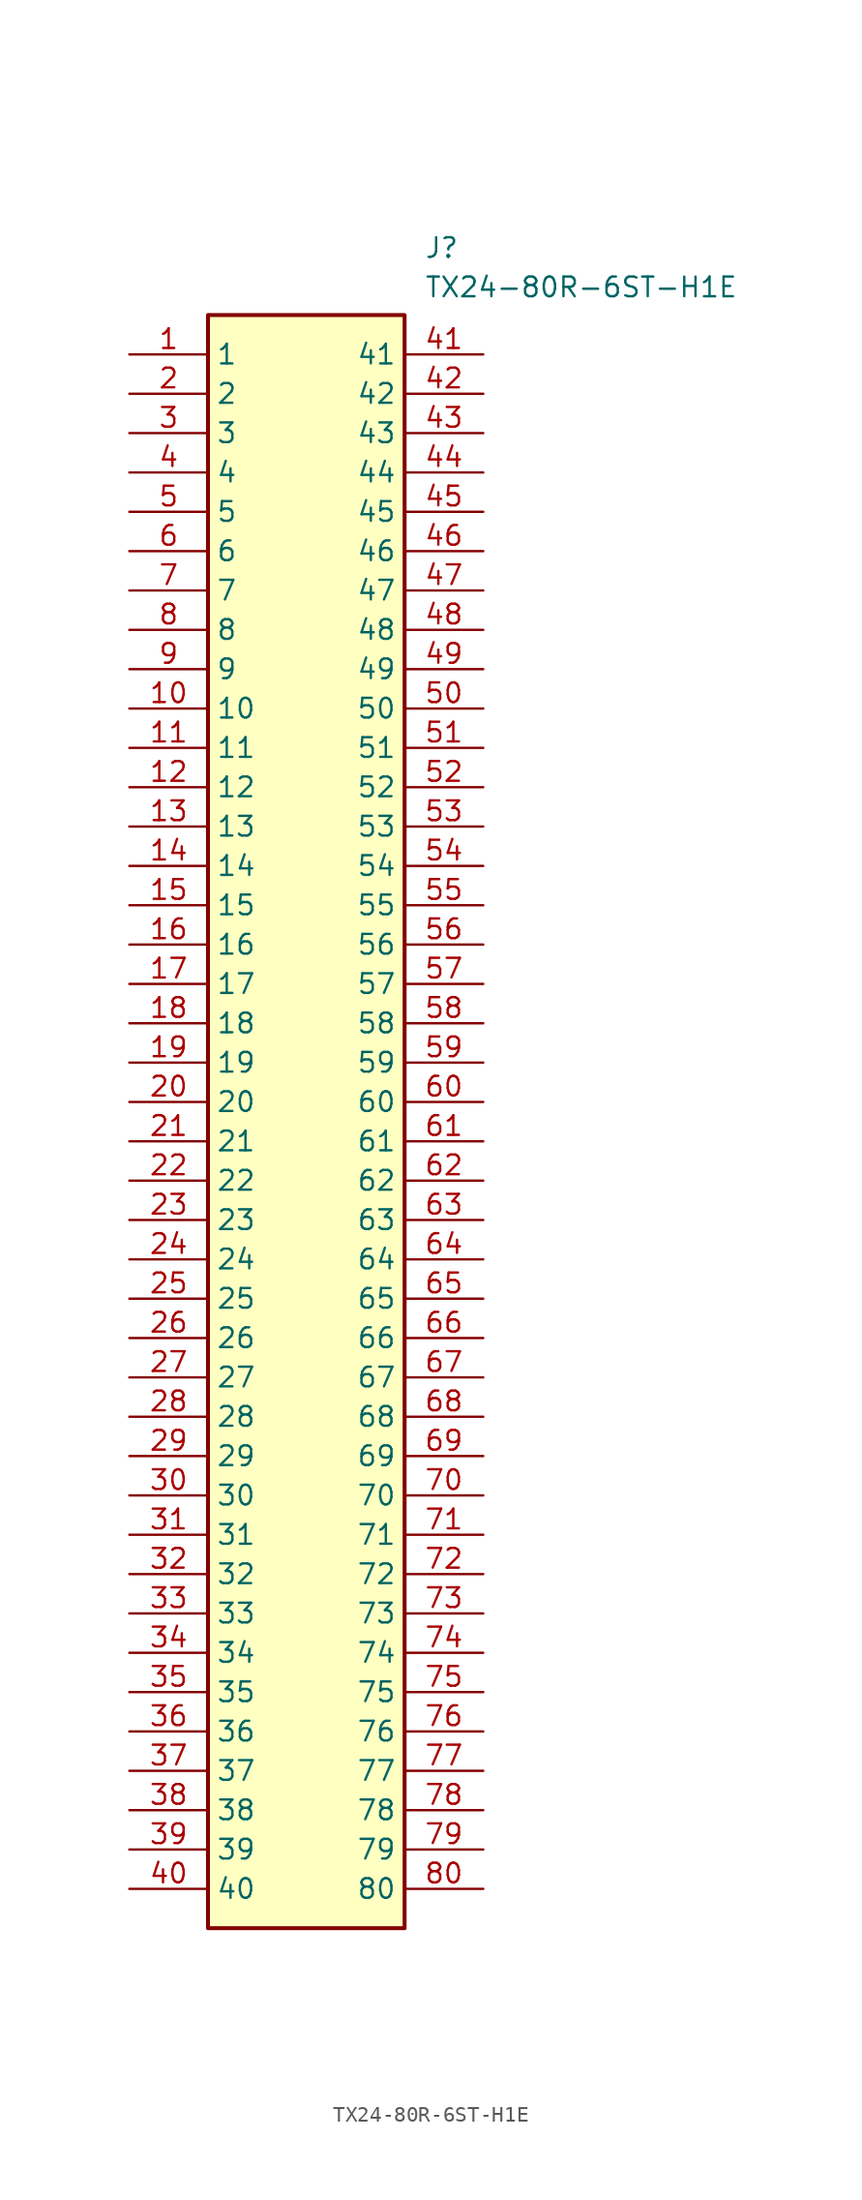
<source format=kicad_sym>
(kicad_symbol_lib
  (version 20220914)
  (generator SamacSys_ECAD_Model)
  (symbol "TX24-80R-6ST-H1E"
    (property "Reference" "J"
      (at 19.05 7.62 0)
      (effects (font (size 1.27 1.27)) (justify left top)))
    (property "Value" "TX24-80R-6ST-H1E"
      (at 19.05 5.08 0)
      (effects (font (size 1.27 1.27)) (justify left top)))
    (rectangle
      (start 5.08 2.54)
      (end 17.78 -101.6)
      (stroke (width 0.254) (type default))
      (fill (type background)))
    (pin passive line
      (at 0 0 0)
      (length 5.08)
      (name "1" (effects (font (size 1.27 1.27))))
      (number "1" (effects (font (size 1.27 1.27)))))
    (pin passive line
      (at 0 -2.54 0)
      (length 5.08)
      (name "2" (effects (font (size 1.27 1.27))))
      (number "2" (effects (font (size 1.27 1.27)))))
    (pin passive line
      (at 0 -5.08 0)
      (length 5.08)
      (name "3" (effects (font (size 1.27 1.27))))
      (number "3" (effects (font (size 1.27 1.27)))))
    (pin passive line
      (at 0 -7.62 0)
      (length 5.08)
      (name "4" (effects (font (size 1.27 1.27))))
      (number "4" (effects (font (size 1.27 1.27)))))
    (pin passive line
      (at 0 -10.16 0)
      (length 5.08)
      (name "5" (effects (font (size 1.27 1.27))))
      (number "5" (effects (font (size 1.27 1.27)))))
    (pin passive line
      (at 0 -12.7 0)
      (length 5.08)
      (name "6" (effects (font (size 1.27 1.27))))
      (number "6" (effects (font (size 1.27 1.27)))))
    (pin passive line
      (at 0 -15.24 0)
      (length 5.08)
      (name "7" (effects (font (size 1.27 1.27))))
      (number "7" (effects (font (size 1.27 1.27)))))
    (pin passive line
      (at 0 -17.78 0)
      (length 5.08)
      (name "8" (effects (font (size 1.27 1.27))))
      (number "8" (effects (font (size 1.27 1.27)))))
    (pin passive line
      (at 0 -20.32 0)
      (length 5.08)
      (name "9" (effects (font (size 1.27 1.27))))
      (number "9" (effects (font (size 1.27 1.27)))))
    (pin passive line
      (at 0 -22.86 0)
      (length 5.08)
      (name "10" (effects (font (size 1.27 1.27))))
      (number "10" (effects (font (size 1.27 1.27)))))
    (pin passive line
      (at 0 -25.4 0)
      (length 5.08)
      (name "11" (effects (font (size 1.27 1.27))))
      (number "11" (effects (font (size 1.27 1.27)))))
    (pin passive line
      (at 0 -27.94 0)
      (length 5.08)
      (name "12" (effects (font (size 1.27 1.27))))
      (number "12" (effects (font (size 1.27 1.27)))))
    (pin passive line
      (at 0 -30.48 0)
      (length 5.08)
      (name "13" (effects (font (size 1.27 1.27))))
      (number "13" (effects (font (size 1.27 1.27)))))
    (pin passive line
      (at 0 -33.02 0)
      (length 5.08)
      (name "14" (effects (font (size 1.27 1.27))))
      (number "14" (effects (font (size 1.27 1.27)))))
    (pin passive line
      (at 0 -35.56 0)
      (length 5.08)
      (name "15" (effects (font (size 1.27 1.27))))
      (number "15" (effects (font (size 1.27 1.27)))))
    (pin passive line
      (at 0 -38.1 0)
      (length 5.08)
      (name "16" (effects (font (size 1.27 1.27))))
      (number "16" (effects (font (size 1.27 1.27)))))
    (pin passive line
      (at 0 -40.64 0)
      (length 5.08)
      (name "17" (effects (font (size 1.27 1.27))))
      (number "17" (effects (font (size 1.27 1.27)))))
    (pin passive line
      (at 0 -43.18 0)
      (length 5.08)
      (name "18" (effects (font (size 1.27 1.27))))
      (number "18" (effects (font (size 1.27 1.27)))))
    (pin passive line
      (at 0 -45.72 0)
      (length 5.08)
      (name "19" (effects (font (size 1.27 1.27))))
      (number "19" (effects (font (size 1.27 1.27)))))
    (pin passive line
      (at 0 -48.26 0)
      (length 5.08)
      (name "20" (effects (font (size 1.27 1.27))))
      (number "20" (effects (font (size 1.27 1.27)))))
    (pin passive line
      (at 0 -50.8 0)
      (length 5.08)
      (name "21" (effects (font (size 1.27 1.27))))
      (number "21" (effects (font (size 1.27 1.27)))))
    (pin passive line
      (at 0 -53.34 0)
      (length 5.08)
      (name "22" (effects (font (size 1.27 1.27))))
      (number "22" (effects (font (size 1.27 1.27)))))
    (pin passive line
      (at 0 -55.88 0)
      (length 5.08)
      (name "23" (effects (font (size 1.27 1.27))))
      (number "23" (effects (font (size 1.27 1.27)))))
    (pin passive line
      (at 0 -58.42 0)
      (length 5.08)
      (name "24" (effects (font (size 1.27 1.27))))
      (number "24" (effects (font (size 1.27 1.27)))))
    (pin passive line
      (at 0 -60.96 0)
      (length 5.08)
      (name "25" (effects (font (size 1.27 1.27))))
      (number "25" (effects (font (size 1.27 1.27)))))
    (pin passive line
      (at 0 -63.5 0)
      (length 5.08)
      (name "26" (effects (font (size 1.27 1.27))))
      (number "26" (effects (font (size 1.27 1.27)))))
    (pin passive line
      (at 0 -66.04 0)
      (length 5.08)
      (name "27" (effects (font (size 1.27 1.27))))
      (number "27" (effects (font (size 1.27 1.27)))))
    (pin passive line
      (at 0 -68.58 0)
      (length 5.08)
      (name "28" (effects (font (size 1.27 1.27))))
      (number "28" (effects (font (size 1.27 1.27)))))
    (pin passive line
      (at 0 -71.12 0)
      (length 5.08)
      (name "29" (effects (font (size 1.27 1.27))))
      (number "29" (effects (font (size 1.27 1.27)))))
    (pin passive line
      (at 0 -73.66 0)
      (length 5.08)
      (name "30" (effects (font (size 1.27 1.27))))
      (number "30" (effects (font (size 1.27 1.27)))))
    (pin passive line
      (at 0 -76.2 0)
      (length 5.08)
      (name "31" (effects (font (size 1.27 1.27))))
      (number "31" (effects (font (size 1.27 1.27)))))
    (pin passive line
      (at 0 -78.74 0)
      (length 5.08)
      (name "32" (effects (font (size 1.27 1.27))))
      (number "32" (effects (font (size 1.27 1.27)))))
    (pin passive line
      (at 0 -81.28 0)
      (length 5.08)
      (name "33" (effects (font (size 1.27 1.27))))
      (number "33" (effects (font (size 1.27 1.27)))))
    (pin passive line
      (at 0 -83.82 0)
      (length 5.08)
      (name "34" (effects (font (size 1.27 1.27))))
      (number "34" (effects (font (size 1.27 1.27)))))
    (pin passive line
      (at 0 -86.36 0)
      (length 5.08)
      (name "35" (effects (font (size 1.27 1.27))))
      (number "35" (effects (font (size 1.27 1.27)))))
    (pin passive line
      (at 0 -88.9 0)
      (length 5.08)
      (name "36" (effects (font (size 1.27 1.27))))
      (number "36" (effects (font (size 1.27 1.27)))))
    (pin passive line
      (at 0 -91.44 0)
      (length 5.08)
      (name "37" (effects (font (size 1.27 1.27))))
      (number "37" (effects (font (size 1.27 1.27)))))
    (pin passive line
      (at 0 -93.98 0)
      (length 5.08)
      (name "38" (effects (font (size 1.27 1.27))))
      (number "38" (effects (font (size 1.27 1.27)))))
    (pin passive line
      (at 0 -96.52 0)
      (length 5.08)
      (name "39" (effects (font (size 1.27 1.27))))
      (number "39" (effects (font (size 1.27 1.27)))))
    (pin passive line
      (at 0 -99.06 0)
      (length 5.08)
      (name "40" (effects (font (size 1.27 1.27))))
      (number "40" (effects (font (size 1.27 1.27)))))
    (pin passive line
      (at 22.86 0 180)
      (length 5.08)
      (name "41" (effects (font (size 1.27 1.27))))
      (number "41" (effects (font (size 1.27 1.27)))))
    (pin passive line
      (at 22.86 -2.54 180)
      (length 5.08)
      (name "42" (effects (font (size 1.27 1.27))))
      (number "42" (effects (font (size 1.27 1.27)))))
    (pin passive line
      (at 22.86 -5.08 180)
      (length 5.08)
      (name "43" (effects (font (size 1.27 1.27))))
      (number "43" (effects (font (size 1.27 1.27)))))
    (pin passive line
      (at 22.86 -7.62 180)
      (length 5.08)
      (name "44" (effects (font (size 1.27 1.27))))
      (number "44" (effects (font (size 1.27 1.27)))))
    (pin passive line
      (at 22.86 -10.16 180)
      (length 5.08)
      (name "45" (effects (font (size 1.27 1.27))))
      (number "45" (effects (font (size 1.27 1.27)))))
    (pin passive line
      (at 22.86 -12.7 180)
      (length 5.08)
      (name "46" (effects (font (size 1.27 1.27))))
      (number "46" (effects (font (size 1.27 1.27)))))
    (pin passive line
      (at 22.86 -15.24 180)
      (length 5.08)
      (name "47" (effects (font (size 1.27 1.27))))
      (number "47" (effects (font (size 1.27 1.27)))))
    (pin passive line
      (at 22.86 -17.78 180)
      (length 5.08)
      (name "48" (effects (font (size 1.27 1.27))))
      (number "48" (effects (font (size 1.27 1.27)))))
    (pin passive line
      (at 22.86 -20.32 180)
      (length 5.08)
      (name "49" (effects (font (size 1.27 1.27))))
      (number "49" (effects (font (size 1.27 1.27)))))
    (pin passive line
      (at 22.86 -22.86 180)
      (length 5.08)
      (name "50" (effects (font (size 1.27 1.27))))
      (number "50" (effects (font (size 1.27 1.27)))))
    (pin passive line
      (at 22.86 -25.4 180)
      (length 5.08)
      (name "51" (effects (font (size 1.27 1.27))))
      (number "51" (effects (font (size 1.27 1.27)))))
    (pin passive line
      (at 22.86 -27.94 180)
      (length 5.08)
      (name "52" (effects (font (size 1.27 1.27))))
      (number "52" (effects (font (size 1.27 1.27)))))
    (pin passive line
      (at 22.86 -30.48 180)
      (length 5.08)
      (name "53" (effects (font (size 1.27 1.27))))
      (number "53" (effects (font (size 1.27 1.27)))))
    (pin passive line
      (at 22.86 -33.02 180)
      (length 5.08)
      (name "54" (effects (font (size 1.27 1.27))))
      (number "54" (effects (font (size 1.27 1.27)))))
    (pin passive line
      (at 22.86 -35.56 180)
      (length 5.08)
      (name "55" (effects (font (size 1.27 1.27))))
      (number "55" (effects (font (size 1.27 1.27)))))
    (pin passive line
      (at 22.86 -38.1 180)
      (length 5.08)
      (name "56" (effects (font (size 1.27 1.27))))
      (number "56" (effects (font (size 1.27 1.27)))))
    (pin passive line
      (at 22.86 -40.64 180)
      (length 5.08)
      (name "57" (effects (font (size 1.27 1.27))))
      (number "57" (effects (font (size 1.27 1.27)))))
    (pin passive line
      (at 22.86 -43.18 180)
      (length 5.08)
      (name "58" (effects (font (size 1.27 1.27))))
      (number "58" (effects (font (size 1.27 1.27)))))
    (pin passive line
      (at 22.86 -45.72 180)
      (length 5.08)
      (name "59" (effects (font (size 1.27 1.27))))
      (number "59" (effects (font (size 1.27 1.27)))))
    (pin passive line
      (at 22.86 -48.26 180)
      (length 5.08)
      (name "60" (effects (font (size 1.27 1.27))))
      (number "60" (effects (font (size 1.27 1.27)))))
    (pin passive line
      (at 22.86 -50.8 180)
      (length 5.08)
      (name "61" (effects (font (size 1.27 1.27))))
      (number "61" (effects (font (size 1.27 1.27)))))
    (pin passive line
      (at 22.86 -53.34 180)
      (length 5.08)
      (name "62" (effects (font (size 1.27 1.27))))
      (number "62" (effects (font (size 1.27 1.27)))))
    (pin passive line
      (at 22.86 -55.88 180)
      (length 5.08)
      (name "63" (effects (font (size 1.27 1.27))))
      (number "63" (effects (font (size 1.27 1.27)))))
    (pin passive line
      (at 22.86 -58.42 180)
      (length 5.08)
      (name "64" (effects (font (size 1.27 1.27))))
      (number "64" (effects (font (size 1.27 1.27)))))
    (pin passive line
      (at 22.86 -60.96 180)
      (length 5.08)
      (name "65" (effects (font (size 1.27 1.27))))
      (number "65" (effects (font (size 1.27 1.27)))))
    (pin passive line
      (at 22.86 -63.5 180)
      (length 5.08)
      (name "66" (effects (font (size 1.27 1.27))))
      (number "66" (effects (font (size 1.27 1.27)))))
    (pin passive line
      (at 22.86 -66.04 180)
      (length 5.08)
      (name "67" (effects (font (size 1.27 1.27))))
      (number "67" (effects (font (size 1.27 1.27)))))
    (pin passive line
      (at 22.86 -68.58 180)
      (length 5.08)
      (name "68" (effects (font (size 1.27 1.27))))
      (number "68" (effects (font (size 1.27 1.27)))))
    (pin passive line
      (at 22.86 -71.12 180)
      (length 5.08)
      (name "69" (effects (font (size 1.27 1.27))))
      (number "69" (effects (font (size 1.27 1.27)))))
    (pin passive line
      (at 22.86 -73.66 180)
      (length 5.08)
      (name "70" (effects (font (size 1.27 1.27))))
      (number "70" (effects (font (size 1.27 1.27)))))
    (pin passive line
      (at 22.86 -76.2 180)
      (length 5.08)
      (name "71" (effects (font (size 1.27 1.27))))
      (number "71" (effects (font (size 1.27 1.27)))))
    (pin passive line
      (at 22.86 -78.74 180)
      (length 5.08)
      (name "72" (effects (font (size 1.27 1.27))))
      (number "72" (effects (font (size 1.27 1.27)))))
    (pin passive line
      (at 22.86 -81.28 180)
      (length 5.08)
      (name "73" (effects (font (size 1.27 1.27))))
      (number "73" (effects (font (size 1.27 1.27)))))
    (pin passive line
      (at 22.86 -83.82 180)
      (length 5.08)
      (name "74" (effects (font (size 1.27 1.27))))
      (number "74" (effects (font (size 1.27 1.27)))))
    (pin passive line
      (at 22.86 -86.36 180)
      (length 5.08)
      (name "75" (effects (font (size 1.27 1.27))))
      (number "75" (effects (font (size 1.27 1.27)))))
    (pin passive line
      (at 22.86 -88.9 180)
      (length 5.08)
      (name "76" (effects (font (size 1.27 1.27))))
      (number "76" (effects (font (size 1.27 1.27)))))
    (pin passive line
      (at 22.86 -91.44 180)
      (length 5.08)
      (name "77" (effects (font (size 1.27 1.27))))
      (number "77" (effects (font (size 1.27 1.27)))))
    (pin passive line
      (at 22.86 -93.98 180)
      (length 5.08)
      (name "78" (effects (font (size 1.27 1.27))))
      (number "78" (effects (font (size 1.27 1.27)))))
    (pin passive line
      (at 22.86 -96.52 180)
      (length 5.08)
      (name "79" (effects (font (size 1.27 1.27))))
      (number "79" (effects (font (size 1.27 1.27)))))
    (pin passive line
      (at 22.86 -99.06 180)
      (length 5.08)
      (name "80" (effects (font (size 1.27 1.27))))
      (number "80" (effects (font (size 1.27 1.27)))))))
</source>
